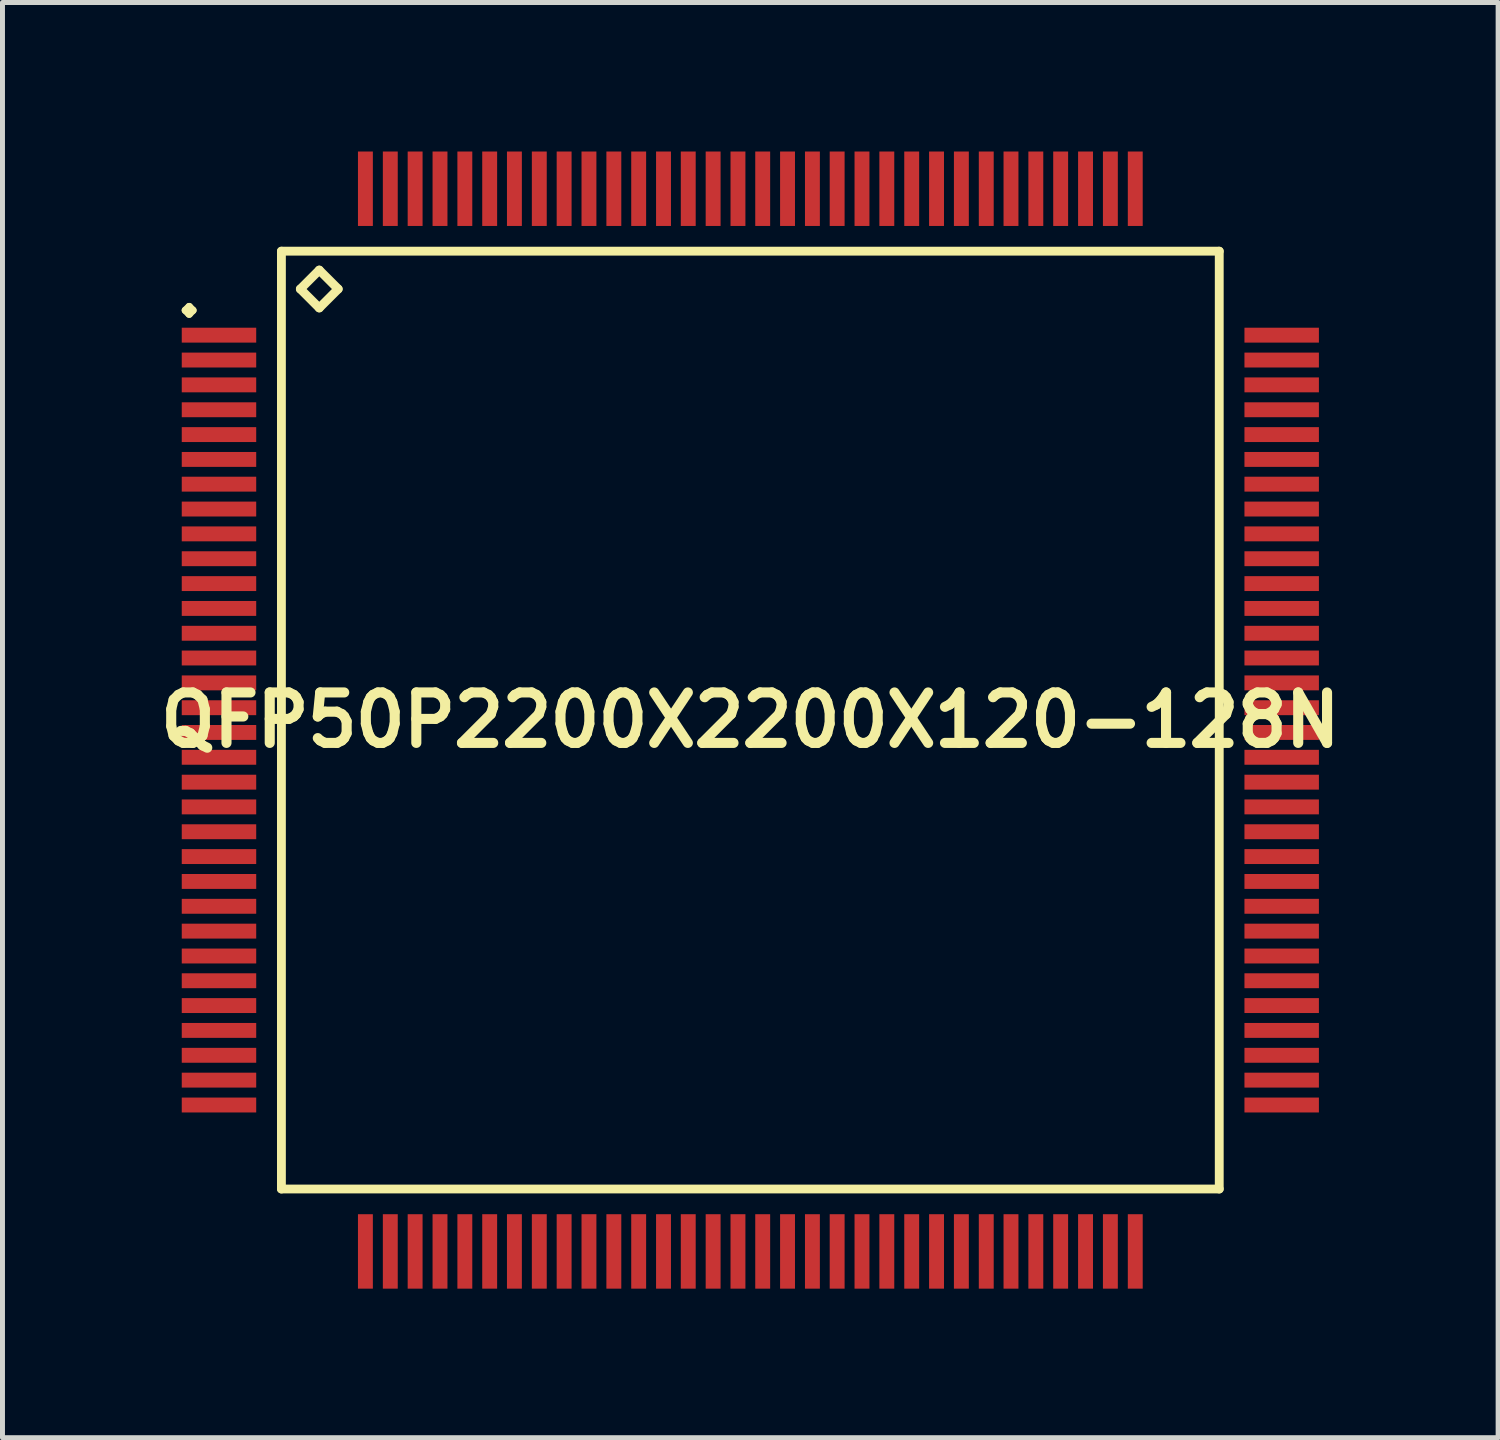
<source format=kicad_pcb>
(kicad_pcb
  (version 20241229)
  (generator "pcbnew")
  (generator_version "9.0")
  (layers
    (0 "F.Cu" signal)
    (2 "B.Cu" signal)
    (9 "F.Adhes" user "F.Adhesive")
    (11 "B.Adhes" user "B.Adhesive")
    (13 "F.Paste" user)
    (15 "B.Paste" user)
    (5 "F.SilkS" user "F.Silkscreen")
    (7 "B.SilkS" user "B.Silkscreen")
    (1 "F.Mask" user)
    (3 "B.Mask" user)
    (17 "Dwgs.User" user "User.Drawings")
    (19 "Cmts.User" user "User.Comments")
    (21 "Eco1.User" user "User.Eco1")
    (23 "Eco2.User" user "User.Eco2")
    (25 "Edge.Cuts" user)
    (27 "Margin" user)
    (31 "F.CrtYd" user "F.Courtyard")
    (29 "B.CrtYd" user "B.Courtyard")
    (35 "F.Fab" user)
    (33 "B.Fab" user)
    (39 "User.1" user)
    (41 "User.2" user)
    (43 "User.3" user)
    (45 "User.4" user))
  (footprint "QFP50P2200X2200X120-128N"
    (layer "F.Cu")
    (at 12.057 11.448)
    (property "Reference" "QFP50P2200X2200X120-128N" (at 0 0 0) (layer "F.SilkS") (effects (font (size 1.016 1.016) (thickness 0.203))))
    (attr smd)
    (fp_line (start -11.374 -8.25) (end -11.298 -8.324) (stroke (width 0.15) (type solid)) (layer "F.SilkS"))
    (fp_line (start -11.298 -8.324) (end -11.224 -8.25) (stroke (width 0.15) (type solid)) (layer "F.SilkS"))
    (fp_line (start -11.298 -8.174) (end -11.374 -8.25) (stroke (width 0.15) (type solid)) (layer "F.SilkS"))
    (fp_line (start -11.224 -8.25) (end -11.298 -8.174) (stroke (width 0.15) (type solid)) (layer "F.SilkS"))
    (fp_line (start -9.441 -9.441) (end -9.441 9.441) (stroke (width 0.178) (type solid)) (layer "F.SilkS"))
    (fp_line (start -9.441 9.441) (end 9.441 9.441) (stroke (width 0.178) (type solid)) (layer "F.SilkS"))
    (fp_line (start -9.06 -8.679) (end -8.679 -9.06) (stroke (width 0.178) (type solid)) (layer "F.SilkS"))
    (fp_line (start -8.679 -9.06) (end -8.298 -8.679) (stroke (width 0.178) (type solid)) (layer "F.SilkS"))
    (fp_line (start -8.679 -8.298) (end -9.06 -8.679) (stroke (width 0.178) (type solid)) (layer "F.SilkS"))
    (fp_line (start -8.298 -8.679) (end -8.679 -8.298) (stroke (width 0.178) (type solid)) (layer "F.SilkS"))
    (fp_line (start 9.441 -9.441) (end -9.441 -9.441) (stroke (width 0.178) (type solid)) (layer "F.SilkS"))
    (fp_line (start 9.441 9.441) (end 9.441 -9.441) (stroke (width 0.178) (type solid)) (layer "F.SilkS"))
    (pad "1" smd rect (at -10.698 -7.75) (size 1.499 0.3) (layers "F.Cu" "F.Mask" "F.Paste"))
    (pad "2" smd rect (at -10.698 -7.249) (size 1.499 0.3) (layers "F.Cu" "F.Mask" "F.Paste"))
    (pad "3" smd rect (at -10.698 -6.749) (size 1.499 0.3) (layers "F.Cu" "F.Mask" "F.Paste"))
    (pad "4" smd rect (at -10.698 -6.248) (size 1.499 0.3) (layers "F.Cu" "F.Mask" "F.Paste"))
    (pad "5" smd rect (at -10.698 -5.748) (size 1.499 0.3) (layers "F.Cu" "F.Mask" "F.Paste"))
    (pad "6" smd rect (at -10.698 -5.248) (size 1.499 0.3) (layers "F.Cu" "F.Mask" "F.Paste"))
    (pad "7" smd rect (at -10.698 -4.75) (size 1.499 0.3) (layers "F.Cu" "F.Mask" "F.Paste"))
    (pad "8" smd rect (at -10.698 -4.249) (size 1.499 0.3) (layers "F.Cu" "F.Mask" "F.Paste"))
    (pad "9" smd rect (at -10.698 -3.749) (size 1.499 0.3) (layers "F.Cu" "F.Mask" "F.Paste"))
    (pad "10" smd rect (at -10.698 -3.249) (size 1.499 0.3) (layers "F.Cu" "F.Mask" "F.Paste"))
    (pad "11" smd rect (at -10.698 -2.748) (size 1.499 0.3) (layers "F.Cu" "F.Mask" "F.Paste"))
    (pad "12" smd rect (at -10.698 -2.248) (size 1.499 0.3) (layers "F.Cu" "F.Mask" "F.Paste"))
    (pad "13" smd rect (at -10.698 -1.748) (size 1.499 0.3) (layers "F.Cu" "F.Mask" "F.Paste"))
    (pad "14" smd rect (at -10.698 -1.25) (size 1.499 0.3) (layers "F.Cu" "F.Mask" "F.Paste"))
    (pad "15" smd rect (at -10.698 -0.749) (size 1.499 0.3) (layers "F.Cu" "F.Mask" "F.Paste"))
    (pad "16" smd rect (at -10.698 -0.249) (size 1.499 0.3) (layers "F.Cu" "F.Mask" "F.Paste"))
    (pad "17" smd rect (at -10.698 0.249) (size 1.499 0.3) (layers "F.Cu" "F.Mask" "F.Paste"))
    (pad "18" smd rect (at -10.698 0.749) (size 1.499 0.3) (layers "F.Cu" "F.Mask" "F.Paste"))
    (pad "19" smd rect (at -10.698 1.25) (size 1.499 0.3) (layers "F.Cu" "F.Mask" "F.Paste"))
    (pad "20" smd rect (at -10.698 1.748) (size 1.499 0.3) (layers "F.Cu" "F.Mask" "F.Paste"))
    (pad "21" smd rect (at -10.698 2.248) (size 1.499 0.3) (layers "F.Cu" "F.Mask" "F.Paste"))
    (pad "22" smd rect (at -10.698 2.748) (size 1.499 0.3) (layers "F.Cu" "F.Mask" "F.Paste"))
    (pad "23" smd rect (at -10.698 3.249) (size 1.499 0.3) (layers "F.Cu" "F.Mask" "F.Paste"))
    (pad "24" smd rect (at -10.698 3.749) (size 1.499 0.3) (layers "F.Cu" "F.Mask" "F.Paste"))
    (pad "25" smd rect (at -10.698 4.249) (size 1.499 0.3) (layers "F.Cu" "F.Mask" "F.Paste"))
    (pad "26" smd rect (at -10.698 4.75) (size 1.499 0.3) (layers "F.Cu" "F.Mask" "F.Paste"))
    (pad "27" smd rect (at -10.698 5.248) (size 1.499 0.3) (layers "F.Cu" "F.Mask" "F.Paste"))
    (pad "28" smd rect (at -10.698 5.748) (size 1.499 0.3) (layers "F.Cu" "F.Mask" "F.Paste"))
    (pad "29" smd rect (at -10.698 6.248) (size 1.499 0.3) (layers "F.Cu" "F.Mask" "F.Paste"))
    (pad "30" smd rect (at -10.698 6.749) (size 1.499 0.3) (layers "F.Cu" "F.Mask" "F.Paste"))
    (pad "31" smd rect (at -10.698 7.249) (size 1.499 0.3) (layers "F.Cu" "F.Mask" "F.Paste"))
    (pad "32" smd rect (at -10.698 7.75) (size 1.499 0.3) (layers "F.Cu" "F.Mask" "F.Paste"))
    (pad "33" smd rect (at -7.75 10.698) (size 0.3 1.499) (layers "F.Cu" "F.Mask" "F.Paste"))
    (pad "34" smd rect (at -7.249 10.698) (size 0.3 1.499) (layers "F.Cu" "F.Mask" "F.Paste"))
    (pad "35" smd rect (at -6.749 10.698) (size 0.3 1.499) (layers "F.Cu" "F.Mask" "F.Paste"))
    (pad "36" smd rect (at -6.248 10.698) (size 0.3 1.499) (layers "F.Cu" "F.Mask" "F.Paste"))
    (pad "37" smd rect (at -5.748 10.698) (size 0.3 1.499) (layers "F.Cu" "F.Mask" "F.Paste"))
    (pad "38" smd rect (at -5.248 10.698) (size 0.3 1.499) (layers "F.Cu" "F.Mask" "F.Paste"))
    (pad "39" smd rect (at -4.75 10.698) (size 0.3 1.499) (layers "F.Cu" "F.Mask" "F.Paste"))
    (pad "40" smd rect (at -4.249 10.698) (size 0.3 1.499) (layers "F.Cu" "F.Mask" "F.Paste"))
    (pad "41" smd rect (at -3.749 10.698) (size 0.3 1.499) (layers "F.Cu" "F.Mask" "F.Paste"))
    (pad "42" smd rect (at -3.249 10.698) (size 0.3 1.499) (layers "F.Cu" "F.Mask" "F.Paste"))
    (pad "43" smd rect (at -2.748 10.698) (size 0.3 1.499) (layers "F.Cu" "F.Mask" "F.Paste"))
    (pad "44" smd rect (at -2.248 10.698) (size 0.3 1.499) (layers "F.Cu" "F.Mask" "F.Paste"))
    (pad "45" smd rect (at -1.748 10.698) (size 0.3 1.499) (layers "F.Cu" "F.Mask" "F.Paste"))
    (pad "46" smd rect (at -1.25 10.698) (size 0.3 1.499) (layers "F.Cu" "F.Mask" "F.Paste"))
    (pad "47" smd rect (at -0.749 10.698) (size 0.3 1.499) (layers "F.Cu" "F.Mask" "F.Paste"))
    (pad "48" smd rect (at -0.249 10.698) (size 0.3 1.499) (layers "F.Cu" "F.Mask" "F.Paste"))
    (pad "49" smd rect (at 0.249 10.698) (size 0.3 1.499) (layers "F.Cu" "F.Mask" "F.Paste"))
    (pad "50" smd rect (at 0.749 10.698) (size 0.3 1.499) (layers "F.Cu" "F.Mask" "F.Paste"))
    (pad "51" smd rect (at 1.25 10.698) (size 0.3 1.499) (layers "F.Cu" "F.Mask" "F.Paste"))
    (pad "52" smd rect (at 1.748 10.698) (size 0.3 1.499) (layers "F.Cu" "F.Mask" "F.Paste"))
    (pad "53" smd rect (at 2.248 10.698) (size 0.3 1.499) (layers "F.Cu" "F.Mask" "F.Paste"))
    (pad "54" smd rect (at 2.748 10.698) (size 0.3 1.499) (layers "F.Cu" "F.Mask" "F.Paste"))
    (pad "55" smd rect (at 3.249 10.698) (size 0.3 1.499) (layers "F.Cu" "F.Mask" "F.Paste"))
    (pad "56" smd rect (at 3.749 10.698) (size 0.3 1.499) (layers "F.Cu" "F.Mask" "F.Paste"))
    (pad "57" smd rect (at 4.249 10.698) (size 0.3 1.499) (layers "F.Cu" "F.Mask" "F.Paste"))
    (pad "58" smd rect (at 4.75 10.698) (size 0.3 1.499) (layers "F.Cu" "F.Mask" "F.Paste"))
    (pad "59" smd rect (at 5.248 10.698) (size 0.3 1.499) (layers "F.Cu" "F.Mask" "F.Paste"))
    (pad "60" smd rect (at 5.748 10.698) (size 0.3 1.499) (layers "F.Cu" "F.Mask" "F.Paste"))
    (pad "61" smd rect (at 6.248 10.698) (size 0.3 1.499) (layers "F.Cu" "F.Mask" "F.Paste"))
    (pad "62" smd rect (at 6.749 10.698) (size 0.3 1.499) (layers "F.Cu" "F.Mask" "F.Paste"))
    (pad "63" smd rect (at 7.249 10.698) (size 0.3 1.499) (layers "F.Cu" "F.Mask" "F.Paste"))
    (pad "64" smd rect (at 7.75 10.698) (size 0.3 1.499) (layers "F.Cu" "F.Mask" "F.Paste"))
    (pad "65" smd rect (at 10.698 7.75) (size 1.499 0.3) (layers "F.Cu" "F.Mask" "F.Paste"))
    (pad "66" smd rect (at 10.698 7.249) (size 1.499 0.3) (layers "F.Cu" "F.Mask" "F.Paste"))
    (pad "67" smd rect (at 10.698 6.749) (size 1.499 0.3) (layers "F.Cu" "F.Mask" "F.Paste"))
    (pad "68" smd rect (at 10.698 6.248) (size 1.499 0.3) (layers "F.Cu" "F.Mask" "F.Paste"))
    (pad "69" smd rect (at 10.698 5.748) (size 1.499 0.3) (layers "F.Cu" "F.Mask" "F.Paste"))
    (pad "70" smd rect (at 10.698 5.248) (size 1.499 0.3) (layers "F.Cu" "F.Mask" "F.Paste"))
    (pad "71" smd rect (at 10.698 4.75) (size 1.499 0.3) (layers "F.Cu" "F.Mask" "F.Paste"))
    (pad "72" smd rect (at 10.698 4.249) (size 1.499 0.3) (layers "F.Cu" "F.Mask" "F.Paste"))
    (pad "73" smd rect (at 10.698 3.749) (size 1.499 0.3) (layers "F.Cu" "F.Mask" "F.Paste"))
    (pad "74" smd rect (at 10.698 3.249) (size 1.499 0.3) (layers "F.Cu" "F.Mask" "F.Paste"))
    (pad "75" smd rect (at 10.698 2.748) (size 1.499 0.3) (layers "F.Cu" "F.Mask" "F.Paste"))
    (pad "76" smd rect (at 10.698 2.248) (size 1.499 0.3) (layers "F.Cu" "F.Mask" "F.Paste"))
    (pad "77" smd rect (at 10.698 1.748) (size 1.499 0.3) (layers "F.Cu" "F.Mask" "F.Paste"))
    (pad "78" smd rect (at 10.698 1.25) (size 1.499 0.3) (layers "F.Cu" "F.Mask" "F.Paste"))
    (pad "79" smd rect (at 10.698 0.749) (size 1.499 0.3) (layers "F.Cu" "F.Mask" "F.Paste"))
    (pad "80" smd rect (at 10.698 0.249) (size 1.499 0.3) (layers "F.Cu" "F.Mask" "F.Paste"))
    (pad "81" smd rect (at 10.698 -0.249) (size 1.499 0.3) (layers "F.Cu" "F.Mask" "F.Paste"))
    (pad "82" smd rect (at 10.698 -0.749) (size 1.499 0.3) (layers "F.Cu" "F.Mask" "F.Paste"))
    (pad "83" smd rect (at 10.698 -1.25) (size 1.499 0.3) (layers "F.Cu" "F.Mask" "F.Paste"))
    (pad "84" smd rect (at 10.698 -1.748) (size 1.499 0.3) (layers "F.Cu" "F.Mask" "F.Paste"))
    (pad "85" smd rect (at 10.698 -2.248) (size 1.499 0.3) (layers "F.Cu" "F.Mask" "F.Paste"))
    (pad "86" smd rect (at 10.698 -2.748) (size 1.499 0.3) (layers "F.Cu" "F.Mask" "F.Paste"))
    (pad "87" smd rect (at 10.698 -3.249) (size 1.499 0.3) (layers "F.Cu" "F.Mask" "F.Paste"))
    (pad "88" smd rect (at 10.698 -3.749) (size 1.499 0.3) (layers "F.Cu" "F.Mask" "F.Paste"))
    (pad "89" smd rect (at 10.698 -4.249) (size 1.499 0.3) (layers "F.Cu" "F.Mask" "F.Paste"))
    (pad "90" smd rect (at 10.698 -4.75) (size 1.499 0.3) (layers "F.Cu" "F.Mask" "F.Paste"))
    (pad "91" smd rect (at 10.698 -5.248) (size 1.499 0.3) (layers "F.Cu" "F.Mask" "F.Paste"))
    (pad "92" smd rect (at 10.698 -5.748) (size 1.499 0.3) (layers "F.Cu" "F.Mask" "F.Paste"))
    (pad "93" smd rect (at 10.698 -6.248) (size 1.499 0.3) (layers "F.Cu" "F.Mask" "F.Paste"))
    (pad "94" smd rect (at 10.698 -6.749) (size 1.499 0.3) (layers "F.Cu" "F.Mask" "F.Paste"))
    (pad "95" smd rect (at 10.698 -7.249) (size 1.499 0.3) (layers "F.Cu" "F.Mask" "F.Paste"))
    (pad "96" smd rect (at 10.698 -7.75) (size 1.499 0.3) (layers "F.Cu" "F.Mask" "F.Paste"))
    (pad "97" smd rect (at 7.75 -10.698) (size 0.3 1.499) (layers "F.Cu" "F.Mask" "F.Paste"))
    (pad "98" smd rect (at 7.249 -10.698) (size 0.3 1.499) (layers "F.Cu" "F.Mask" "F.Paste"))
    (pad "99" smd rect (at 6.749 -10.698) (size 0.3 1.499) (layers "F.Cu" "F.Mask" "F.Paste"))
    (pad "100" smd rect (at 6.248 -10.698) (size 0.3 1.499) (layers "F.Cu" "F.Mask" "F.Paste"))
    (pad "101" smd rect (at 5.748 -10.698) (size 0.3 1.499) (layers "F.Cu" "F.Mask" "F.Paste"))
    (pad "102" smd rect (at 5.248 -10.698) (size 0.3 1.499) (layers "F.Cu" "F.Mask" "F.Paste"))
    (pad "103" smd rect (at 4.75 -10.698) (size 0.3 1.499) (layers "F.Cu" "F.Mask" "F.Paste"))
    (pad "104" smd rect (at 4.249 -10.698) (size 0.3 1.499) (layers "F.Cu" "F.Mask" "F.Paste"))
    (pad "105" smd rect (at 3.749 -10.698) (size 0.3 1.499) (layers "F.Cu" "F.Mask" "F.Paste"))
    (pad "106" smd rect (at 3.249 -10.698) (size 0.3 1.499) (layers "F.Cu" "F.Mask" "F.Paste"))
    (pad "107" smd rect (at 2.748 -10.698) (size 0.3 1.499) (layers "F.Cu" "F.Mask" "F.Paste"))
    (pad "108" smd rect (at 2.248 -10.698) (size 0.3 1.499) (layers "F.Cu" "F.Mask" "F.Paste"))
    (pad "109" smd rect (at 1.748 -10.698) (size 0.3 1.499) (layers "F.Cu" "F.Mask" "F.Paste"))
    (pad "110" smd rect (at 1.25 -10.698) (size 0.3 1.499) (layers "F.Cu" "F.Mask" "F.Paste"))
    (pad "111" smd rect (at 0.749 -10.698) (size 0.3 1.499) (layers "F.Cu" "F.Mask" "F.Paste"))
    (pad "112" smd rect (at 0.249 -10.698) (size 0.3 1.499) (layers "F.Cu" "F.Mask" "F.Paste"))
    (pad "113" smd rect (at -0.249 -10.698) (size 0.3 1.499) (layers "F.Cu" "F.Mask" "F.Paste"))
    (pad "114" smd rect (at -0.749 -10.698) (size 0.3 1.499) (layers "F.Cu" "F.Mask" "F.Paste"))
    (pad "115" smd rect (at -1.25 -10.698) (size 0.3 1.499) (layers "F.Cu" "F.Mask" "F.Paste"))
    (pad "116" smd rect (at -1.748 -10.698) (size 0.3 1.499) (layers "F.Cu" "F.Mask" "F.Paste"))
    (pad "117" smd rect (at -2.248 -10.698) (size 0.3 1.499) (layers "F.Cu" "F.Mask" "F.Paste"))
    (pad "118" smd rect (at -2.748 -10.698) (size 0.3 1.499) (layers "F.Cu" "F.Mask" "F.Paste"))
    (pad "119" smd rect (at -3.249 -10.698) (size 0.3 1.499) (layers "F.Cu" "F.Mask" "F.Paste"))
    (pad "120" smd rect (at -3.749 -10.698) (size 0.3 1.499) (layers "F.Cu" "F.Mask" "F.Paste"))
    (pad "121" smd rect (at -4.249 -10.698) (size 0.3 1.499) (layers "F.Cu" "F.Mask" "F.Paste"))
    (pad "122" smd rect (at -4.75 -10.698) (size 0.3 1.499) (layers "F.Cu" "F.Mask" "F.Paste"))
    (pad "123" smd rect (at -5.248 -10.698) (size 0.3 1.499) (layers "F.Cu" "F.Mask" "F.Paste"))
    (pad "124" smd rect (at -5.748 -10.698) (size 0.3 1.499) (layers "F.Cu" "F.Mask" "F.Paste"))
    (pad "125" smd rect (at -6.248 -10.698) (size 0.3 1.499) (layers "F.Cu" "F.Mask" "F.Paste"))
    (pad "126" smd rect (at -6.749 -10.698) (size 0.3 1.499) (layers "F.Cu" "F.Mask" "F.Paste"))
    (pad "127" smd rect (at -7.249 -10.698) (size 0.3 1.499) (layers "F.Cu" "F.Mask" "F.Paste"))
    (pad "128" smd rect (at -7.75 -10.698) (size 0.3 1.499) (layers "F.Cu" "F.Mask" "F.Paste")))
  (gr_rect
    (start -3 -3)
    (end 27.113 25.896)
    (stroke (width 0.1) (type default))
    (fill no)
    (layer "Edge.Cuts")))
</source>
